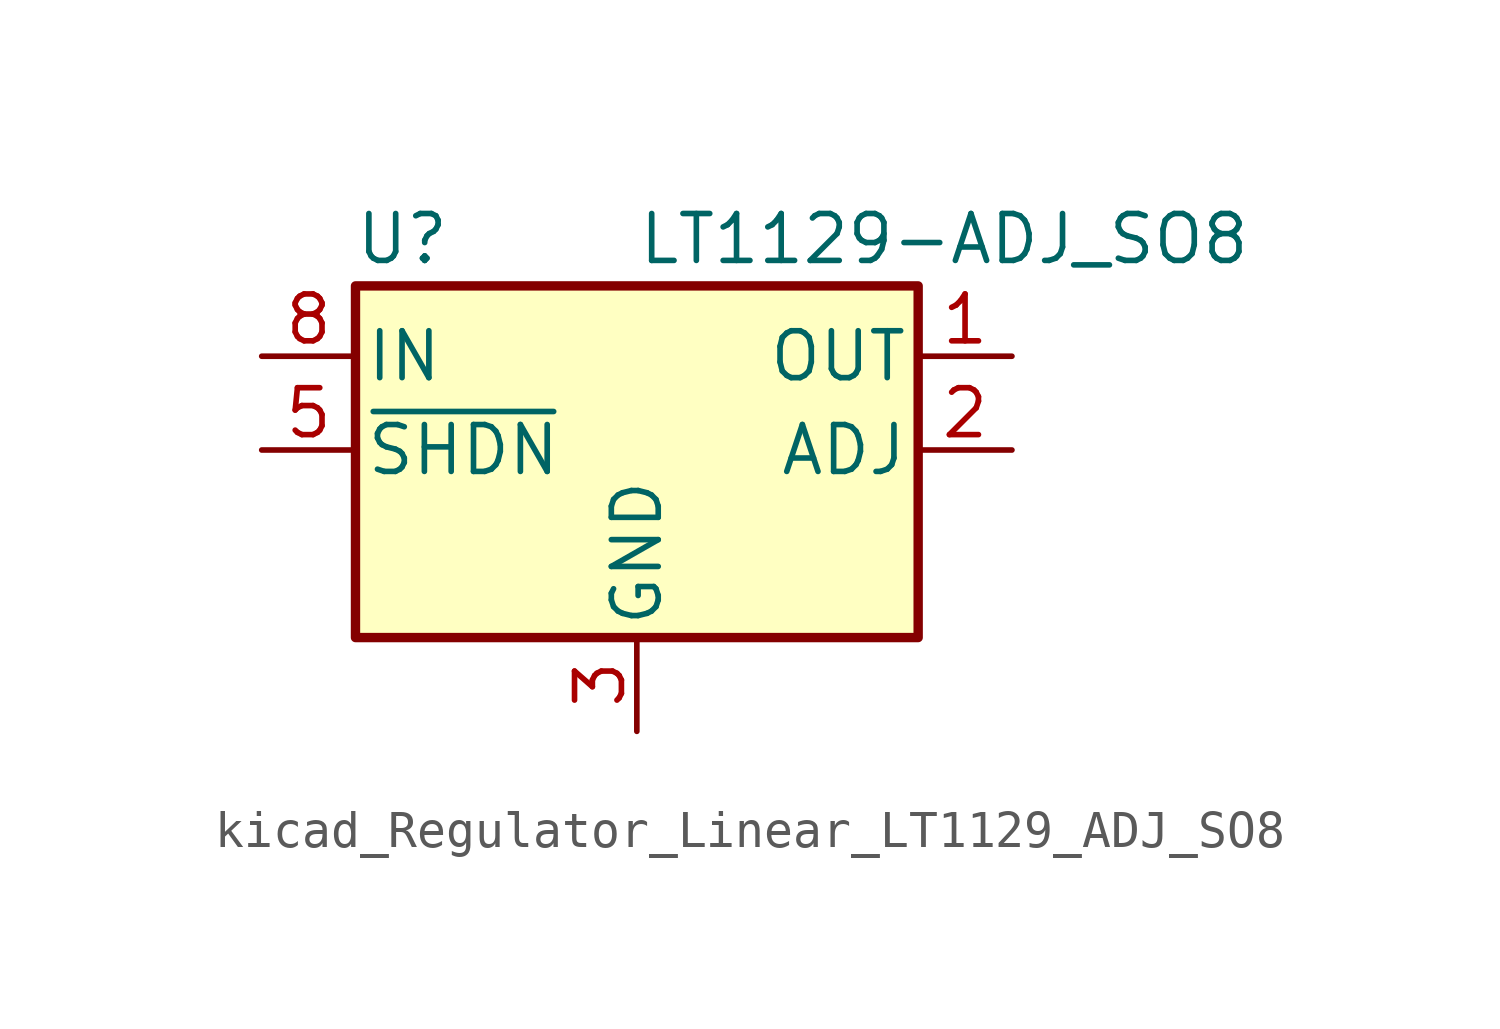
<source format=kicad_sym>
(kicad_symbol_lib
  (version 20220914)
  (generator kicad_symbol_editor)
  (symbol "kicad_Regulator_Linear_LT1129_ADJ_SO8"
    (pin_names
      (offset 0.254))
    (property "Reference" "U"
      (at -6.35 5.715 0)
      (effects (font (size 1.27 1.27))))
    (property "Value" "LT1129-ADJ_SO8"
      (at 0 5.715 0)
      (effects (font (size 1.27 1.27)) (justify left)))
    (symbol "kicad_Regulator_Linear_LT1129_ADJ_SO8_0_1"
      (rectangle (start -7.62 -5.08) (end 7.62 4.445) (stroke (width 0.254) (type default)) (fill (type background))))
    (symbol "kicad_Regulator_Linear_LT1129_ADJ_SO8_1_1"
      (pin power_out line (at 10.16 2.54 180) (length 2.54) (name "OUT" (effects (font (size 1.27 1.27)))) (number "1" (effects (font (size 1.27 1.27)))))
      (pin input line (at 10.16 0 180) (length 2.54) (name "ADJ" (effects (font (size 1.27 1.27)))) (number "2" (effects (font (size 1.27 1.27)))))
      (pin power_in line (at 0 -7.62 90) (length 2.54) (name "GND" (effects (font (size 1.27 1.27)))) (number "3" (effects (font (size 1.27 1.27)))))
      (pin no_connect line (at 7.62 -2.54 180) (length 2.54) hide (name "NC" (effects (font (size 1.27 1.27)))) (number "4" (effects (font (size 1.27 1.27)))))
      (pin input line (at -10.16 0 0) (length 2.54) (name "~{SHDN}" (effects (font (size 1.27 1.27)))) (number "5" (effects (font (size 1.27 1.27)))))
      (pin passive line (at 0 -7.62 90) (length 2.54) hide (name "GND" (effects (font (size 1.27 1.27)))) (number "6" (effects (font (size 1.27 1.27)))))
      (pin passive line (at 0 -7.62 90) (length 2.54) hide (name "GND" (effects (font (size 1.27 1.27)))) (number "7" (effects (font (size 1.27 1.27)))))
      (pin power_in line (at -10.16 2.54 0) (length 2.54) (name "IN" (effects (font (size 1.27 1.27)))) (number "8" (effects (font (size 1.27 1.27))))))))
</source>
